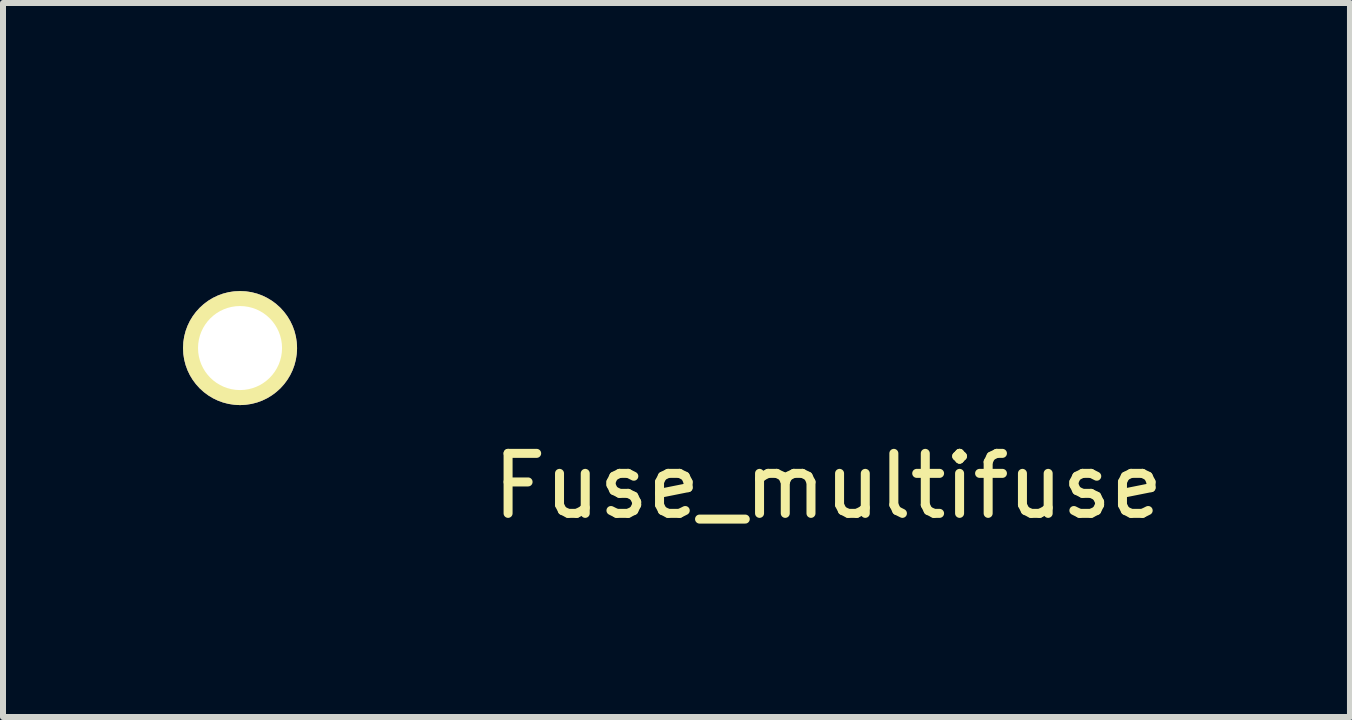
<source format=kicad_pcb>
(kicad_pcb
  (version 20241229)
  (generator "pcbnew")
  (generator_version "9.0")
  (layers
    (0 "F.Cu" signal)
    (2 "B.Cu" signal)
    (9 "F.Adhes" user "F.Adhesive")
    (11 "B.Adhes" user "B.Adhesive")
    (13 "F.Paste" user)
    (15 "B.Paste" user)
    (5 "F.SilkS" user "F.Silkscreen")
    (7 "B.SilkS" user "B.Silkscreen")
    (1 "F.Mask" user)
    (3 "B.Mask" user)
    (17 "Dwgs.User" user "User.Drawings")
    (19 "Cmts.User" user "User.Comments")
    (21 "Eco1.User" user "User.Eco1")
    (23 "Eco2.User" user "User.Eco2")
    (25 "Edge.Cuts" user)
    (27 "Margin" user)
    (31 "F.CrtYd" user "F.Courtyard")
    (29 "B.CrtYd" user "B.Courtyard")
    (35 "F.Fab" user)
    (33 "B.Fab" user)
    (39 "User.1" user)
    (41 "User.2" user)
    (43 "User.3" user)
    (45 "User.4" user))
  (footprint "Fuse_multifuse"
    (layer "F.Cu")
    (at 10.95 0.25)
    (property "Reference" "Fuse_multifuse" (at -0.2 4.8 0) (layer "F.SilkS") (effects (font (size 1 1) (thickness 0.15))))
    (attr through_hole)
    (pad "1" thru_hole circle (at -10 2.5) (size 1.9 1.9) (drill 1.4) (layers "*.Cu" "*.Mask" "F.SilkS")))
  (gr_rect
    (start -3 -3)
    (end 19.446 8.898)
    (stroke (width 0.1) (type default))
    (fill no)
    (layer "Edge.Cuts")))
</source>
